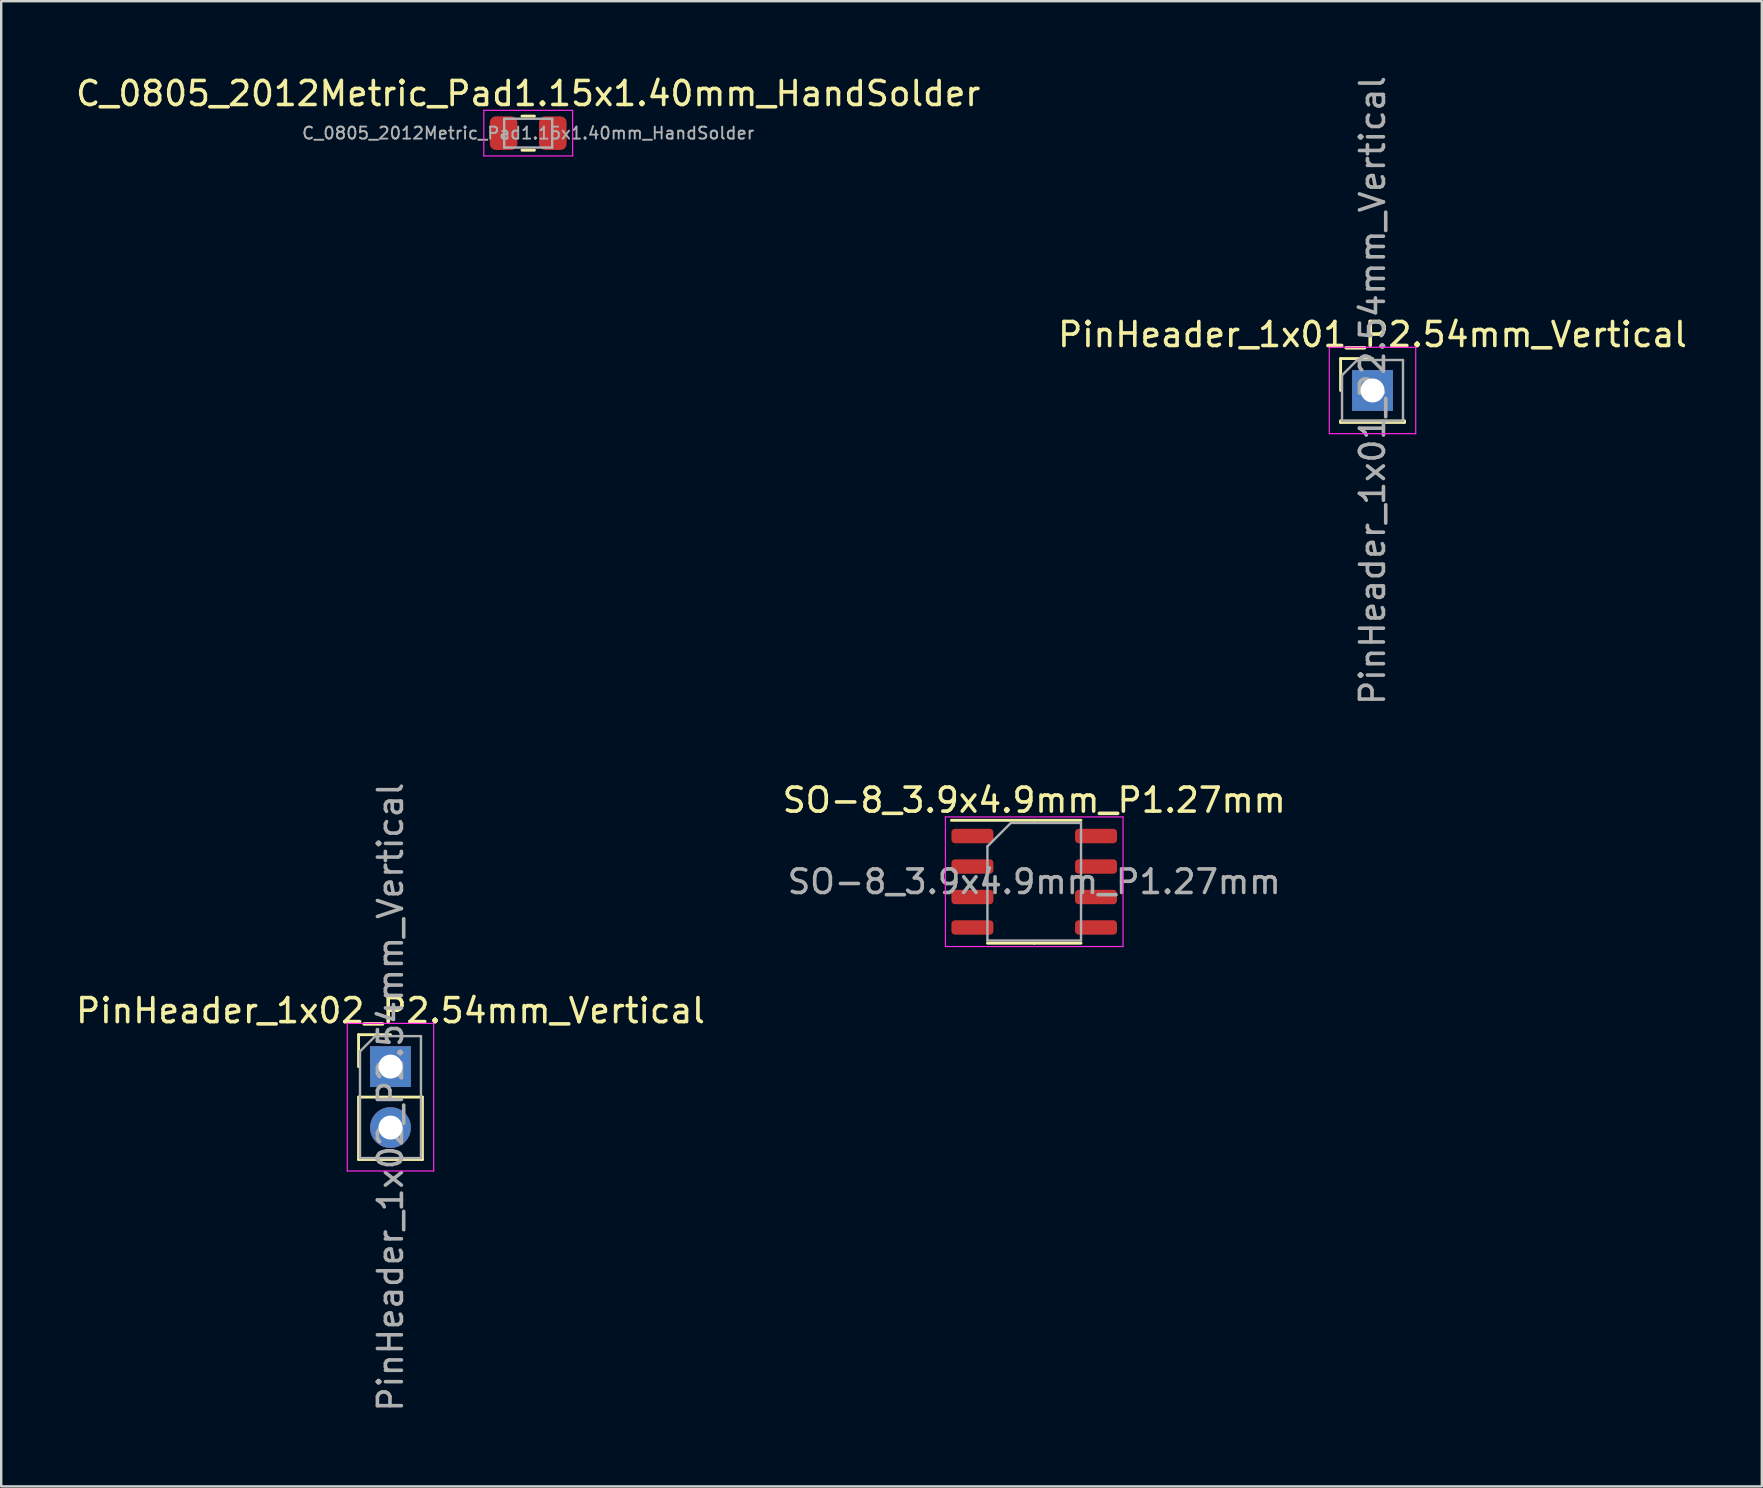
<source format=kicad_pcb>
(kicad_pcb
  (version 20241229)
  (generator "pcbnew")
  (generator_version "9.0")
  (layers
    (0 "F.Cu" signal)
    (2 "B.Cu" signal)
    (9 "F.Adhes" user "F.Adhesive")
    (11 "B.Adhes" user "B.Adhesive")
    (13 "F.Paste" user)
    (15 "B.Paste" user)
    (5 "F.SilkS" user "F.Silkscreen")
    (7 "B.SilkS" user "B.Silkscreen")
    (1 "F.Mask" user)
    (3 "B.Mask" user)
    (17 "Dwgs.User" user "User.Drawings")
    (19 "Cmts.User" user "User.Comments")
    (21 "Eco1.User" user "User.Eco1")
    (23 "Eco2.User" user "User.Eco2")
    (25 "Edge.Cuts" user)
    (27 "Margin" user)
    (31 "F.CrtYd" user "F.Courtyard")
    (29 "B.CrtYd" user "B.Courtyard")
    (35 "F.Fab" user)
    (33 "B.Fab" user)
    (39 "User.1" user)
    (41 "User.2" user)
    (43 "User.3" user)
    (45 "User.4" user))
  (footprint "PinHeader_1x02_P2.54mm_Vertical"
    (layer "F.Cu")
    (at 13.22 41.391)
    (property "Reference" "PinHeader_1x02_P2.54mm_Vertical" (at 0 -2.33 0) (layer "F.SilkS") (effects (font (size 1 1) (thickness 0.15))))
    (attr through_hole)
    (fp_line (start -1.33 -1.33) (end 0 -1.33) (stroke (width 0.12) (type solid)) (layer "F.SilkS"))
    (fp_line (start -1.33 0) (end -1.33 -1.33) (stroke (width 0.12) (type solid)) (layer "F.SilkS"))
    (fp_line (start -1.33 1.27) (end -1.33 3.87) (stroke (width 0.12) (type solid)) (layer "F.SilkS"))
    (fp_line (start -1.33 1.27) (end 1.33 1.27) (stroke (width 0.12) (type solid)) (layer "F.SilkS"))
    (fp_line (start -1.33 3.87) (end 1.33 3.87) (stroke (width 0.12) (type solid)) (layer "F.SilkS"))
    (fp_line (start 1.33 1.27) (end 1.33 3.87) (stroke (width 0.12) (type solid)) (layer "F.SilkS"))
    (fp_line (start -1.8 -1.8) (end -1.8 4.35) (stroke (width 0.05) (type solid)) (layer "F.CrtYd"))
    (fp_line (start -1.8 4.35) (end 1.8 4.35) (stroke (width 0.05) (type solid)) (layer "F.CrtYd"))
    (fp_line (start 1.8 -1.8) (end -1.8 -1.8) (stroke (width 0.05) (type solid)) (layer "F.CrtYd"))
    (fp_line (start 1.8 4.35) (end 1.8 -1.8) (stroke (width 0.05) (type solid)) (layer "F.CrtYd"))
    (fp_line (start -1.27 -0.635) (end -0.635 -1.27) (stroke (width 0.1) (type solid)) (layer "F.Fab"))
    (fp_line (start -1.27 3.81) (end -1.27 -0.635) (stroke (width 0.1) (type solid)) (layer "F.Fab"))
    (fp_line (start -0.635 -1.27) (end 1.27 -1.27) (stroke (width 0.1) (type solid)) (layer "F.Fab"))
    (fp_line (start 1.27 -1.27) (end 1.27 3.81) (stroke (width 0.1) (type solid)) (layer "F.Fab"))
    (fp_line (start 1.27 3.81) (end -1.27 3.81) (stroke (width 0.1) (type solid)) (layer "F.Fab"))
    (fp_text user "${REFERENCE}" (at 0 1.27 90) (layer "F.Fab") (effects (font (size 1 1) (thickness 0.15))))
    (pad "1" thru_hole rect (at 0 0) (size 1.7 1.7) (drill 1) (layers "*.Cu" "*.Mask"))
    (pad "2" thru_hole oval (at 0 2.54) (size 1.7 1.7) (drill 1) (layers "*.Cu" "*.Mask")))
  (footprint "SO-8_3.9x4.9mm_P1.27mm"
    (layer "F.Cu")
    (at 40.042 33.689)
    (property "Reference" "SO-8_3.9x4.9mm_P1.27mm" (at 0 -3.4 0) (layer "F.SilkS") (effects (font (size 1 1) (thickness 0.15))))
    (attr smd)
    (fp_line (start 0 -2.56) (end -3.45 -2.56) (stroke (width 0.12) (type solid)) (layer "F.SilkS"))
    (fp_line (start 0 -2.56) (end 1.95 -2.56) (stroke (width 0.12) (type solid)) (layer "F.SilkS"))
    (fp_line (start 0 2.56) (end -1.95 2.56) (stroke (width 0.12) (type solid)) (layer "F.SilkS"))
    (fp_line (start 0 2.56) (end 1.95 2.56) (stroke (width 0.12) (type solid)) (layer "F.SilkS"))
    (fp_line (start -3.7 -2.7) (end -3.7 2.7) (stroke (width 0.05) (type solid)) (layer "F.CrtYd"))
    (fp_line (start -3.7 2.7) (end 3.7 2.7) (stroke (width 0.05) (type solid)) (layer "F.CrtYd"))
    (fp_line (start 3.7 -2.7) (end -3.7 -2.7) (stroke (width 0.05) (type solid)) (layer "F.CrtYd"))
    (fp_line (start 3.7 2.7) (end 3.7 -2.7) (stroke (width 0.05) (type solid)) (layer "F.CrtYd"))
    (fp_line (start -1.95 -1.475) (end -0.975 -2.45) (stroke (width 0.1) (type solid)) (layer "F.Fab"))
    (fp_line (start -1.95 2.45) (end -1.95 -1.475) (stroke (width 0.1) (type solid)) (layer "F.Fab"))
    (fp_line (start -0.975 -2.45) (end 1.95 -2.45) (stroke (width 0.1) (type solid)) (layer "F.Fab"))
    (fp_line (start 1.95 -2.45) (end 1.95 2.45) (stroke (width 0.1) (type solid)) (layer "F.Fab"))
    (fp_line (start 1.95 2.45) (end -1.95 2.45) (stroke (width 0.1) (type solid)) (layer "F.Fab"))
    (fp_text user "${REFERENCE}" (at 0 0 0) (layer "F.Fab") (effects (font (size 0.98 0.98) (thickness 0.15))))
    (pad "1" smd roundrect (at -2.575 -1.905) (size 1.75 0.6) (layers "F.Cu" "F.Mask" "F.Paste") (roundrect_rratio 0.25))
    (pad "2" smd roundrect (at -2.575 -0.635) (size 1.75 0.6) (layers "F.Cu" "F.Mask" "F.Paste") (roundrect_rratio 0.25))
    (pad "3" smd roundrect (at -2.575 0.635) (size 1.75 0.6) (layers "F.Cu" "F.Mask" "F.Paste") (roundrect_rratio 0.25))
    (pad "4" smd roundrect (at -2.575 1.905) (size 1.75 0.6) (layers "F.Cu" "F.Mask" "F.Paste") (roundrect_rratio 0.25))
    (pad "5" smd roundrect (at 2.575 1.905) (size 1.75 0.6) (layers "F.Cu" "F.Mask" "F.Paste") (roundrect_rratio 0.25))
    (pad "6" smd roundrect (at 2.575 0.635) (size 1.75 0.6) (layers "F.Cu" "F.Mask" "F.Paste") (roundrect_rratio 0.25))
    (pad "7" smd roundrect (at 2.575 -0.635) (size 1.75 0.6) (layers "F.Cu" "F.Mask" "F.Paste") (roundrect_rratio 0.25))
    (pad "8" smd roundrect (at 2.575 -1.905) (size 1.75 0.6) (layers "F.Cu" "F.Mask" "F.Paste") (roundrect_rratio 0.25)))
  (footprint "PinHeader_1x01_P2.54mm_Vertical"
    (layer "F.Cu")
    (at 54.137 13.22)
    (property "Reference" "PinHeader_1x01_P2.54mm_Vertical" (at 0 -2.33 0) (layer "F.SilkS") (effects (font (size 1 1) (thickness 0.15))))
    (attr through_hole)
    (fp_line (start -1.33 -1.33) (end 0 -1.33) (stroke (width 0.12) (type solid)) (layer "F.SilkS"))
    (fp_line (start -1.33 0) (end -1.33 -1.33) (stroke (width 0.12) (type solid)) (layer "F.SilkS"))
    (fp_line (start -1.33 1.27) (end -1.33 1.33) (stroke (width 0.12) (type solid)) (layer "F.SilkS"))
    (fp_line (start -1.33 1.27) (end 1.33 1.27) (stroke (width 0.12) (type solid)) (layer "F.SilkS"))
    (fp_line (start -1.33 1.33) (end 1.33 1.33) (stroke (width 0.12) (type solid)) (layer "F.SilkS"))
    (fp_line (start 1.33 1.27) (end 1.33 1.33) (stroke (width 0.12) (type solid)) (layer "F.SilkS"))
    (fp_line (start -1.8 -1.8) (end -1.8 1.8) (stroke (width 0.05) (type solid)) (layer "F.CrtYd"))
    (fp_line (start -1.8 1.8) (end 1.8 1.8) (stroke (width 0.05) (type solid)) (layer "F.CrtYd"))
    (fp_line (start 1.8 -1.8) (end -1.8 -1.8) (stroke (width 0.05) (type solid)) (layer "F.CrtYd"))
    (fp_line (start 1.8 1.8) (end 1.8 -1.8) (stroke (width 0.05) (type solid)) (layer "F.CrtYd"))
    (fp_line (start -1.27 -0.635) (end -0.635 -1.27) (stroke (width 0.1) (type solid)) (layer "F.Fab"))
    (fp_line (start -1.27 1.27) (end -1.27 -0.635) (stroke (width 0.1) (type solid)) (layer "F.Fab"))
    (fp_line (start -0.635 -1.27) (end 1.27 -1.27) (stroke (width 0.1) (type solid)) (layer "F.Fab"))
    (fp_line (start 1.27 -1.27) (end 1.27 1.27) (stroke (width 0.1) (type solid)) (layer "F.Fab"))
    (fp_line (start 1.27 1.27) (end -1.27 1.27) (stroke (width 0.1) (type solid)) (layer "F.Fab"))
    (fp_text user "${REFERENCE}" (at 0 0 90) (layer "F.Fab") (effects (font (size 1 1) (thickness 0.15))))
    (pad "1" thru_hole rect (at 0 0) (size 1.7 1.7) (drill 1) (layers "*.Cu" "*.Mask")))
  (footprint "C_0805_2012Metric_Pad1.15x1.40mm_HandSolder"
    (layer "F.Cu")
    (at 18.958 2.498)
    (property "Reference" "C_0805_2012Metric_Pad1.15x1.40mm_HandSolder" (at 0 -1.65 180) (layer "F.SilkS") (effects (font (size 1 1) (thickness 0.15))))
    (attr smd)
    (fp_line (start -0.261 -0.71) (end 0.261 -0.71) (stroke (width 0.12) (type solid)) (layer "F.SilkS"))
    (fp_line (start -0.261 0.71) (end 0.261 0.71) (stroke (width 0.12) (type solid)) (layer "F.SilkS"))
    (fp_line (start -1.85 -0.95) (end 1.85 -0.95) (stroke (width 0.05) (type solid)) (layer "F.CrtYd"))
    (fp_line (start -1.85 0.95) (end -1.85 -0.95) (stroke (width 0.05) (type solid)) (layer "F.CrtYd"))
    (fp_line (start 1.85 -0.95) (end 1.85 0.95) (stroke (width 0.05) (type solid)) (layer "F.CrtYd"))
    (fp_line (start 1.85 0.95) (end -1.85 0.95) (stroke (width 0.05) (type solid)) (layer "F.CrtYd"))
    (fp_line (start -1 -0.6) (end 1 -0.6) (stroke (width 0.1) (type solid)) (layer "F.Fab"))
    (fp_line (start -1 0.6) (end -1 -0.6) (stroke (width 0.1) (type solid)) (layer "F.Fab"))
    (fp_line (start 1 -0.6) (end 1 0.6) (stroke (width 0.1) (type solid)) (layer "F.Fab"))
    (fp_line (start 1 0.6) (end -1 0.6) (stroke (width 0.1) (type solid)) (layer "F.Fab"))
    (fp_text user "${REFERENCE}" (at 0 0 180) (layer "F.Fab") (effects (font (size 0.5 0.5) (thickness 0.08))))
    (pad "1" smd roundrect (at -1.025 0) (size 1.15 1.4) (layers "F.Cu" "F.Mask" "F.Paste") (roundrect_rratio 0.217))
    (pad "2" smd roundrect (at 1.025 0) (size 1.15 1.4) (layers "F.Cu" "F.Mask" "F.Paste") (roundrect_rratio 0.217)))
  (gr_rect
    (start -3 -3)
    (end 70.357 58.881)
    (stroke (width 0.1) (type default))
    (fill no)
    (layer "Edge.Cuts")))
</source>
